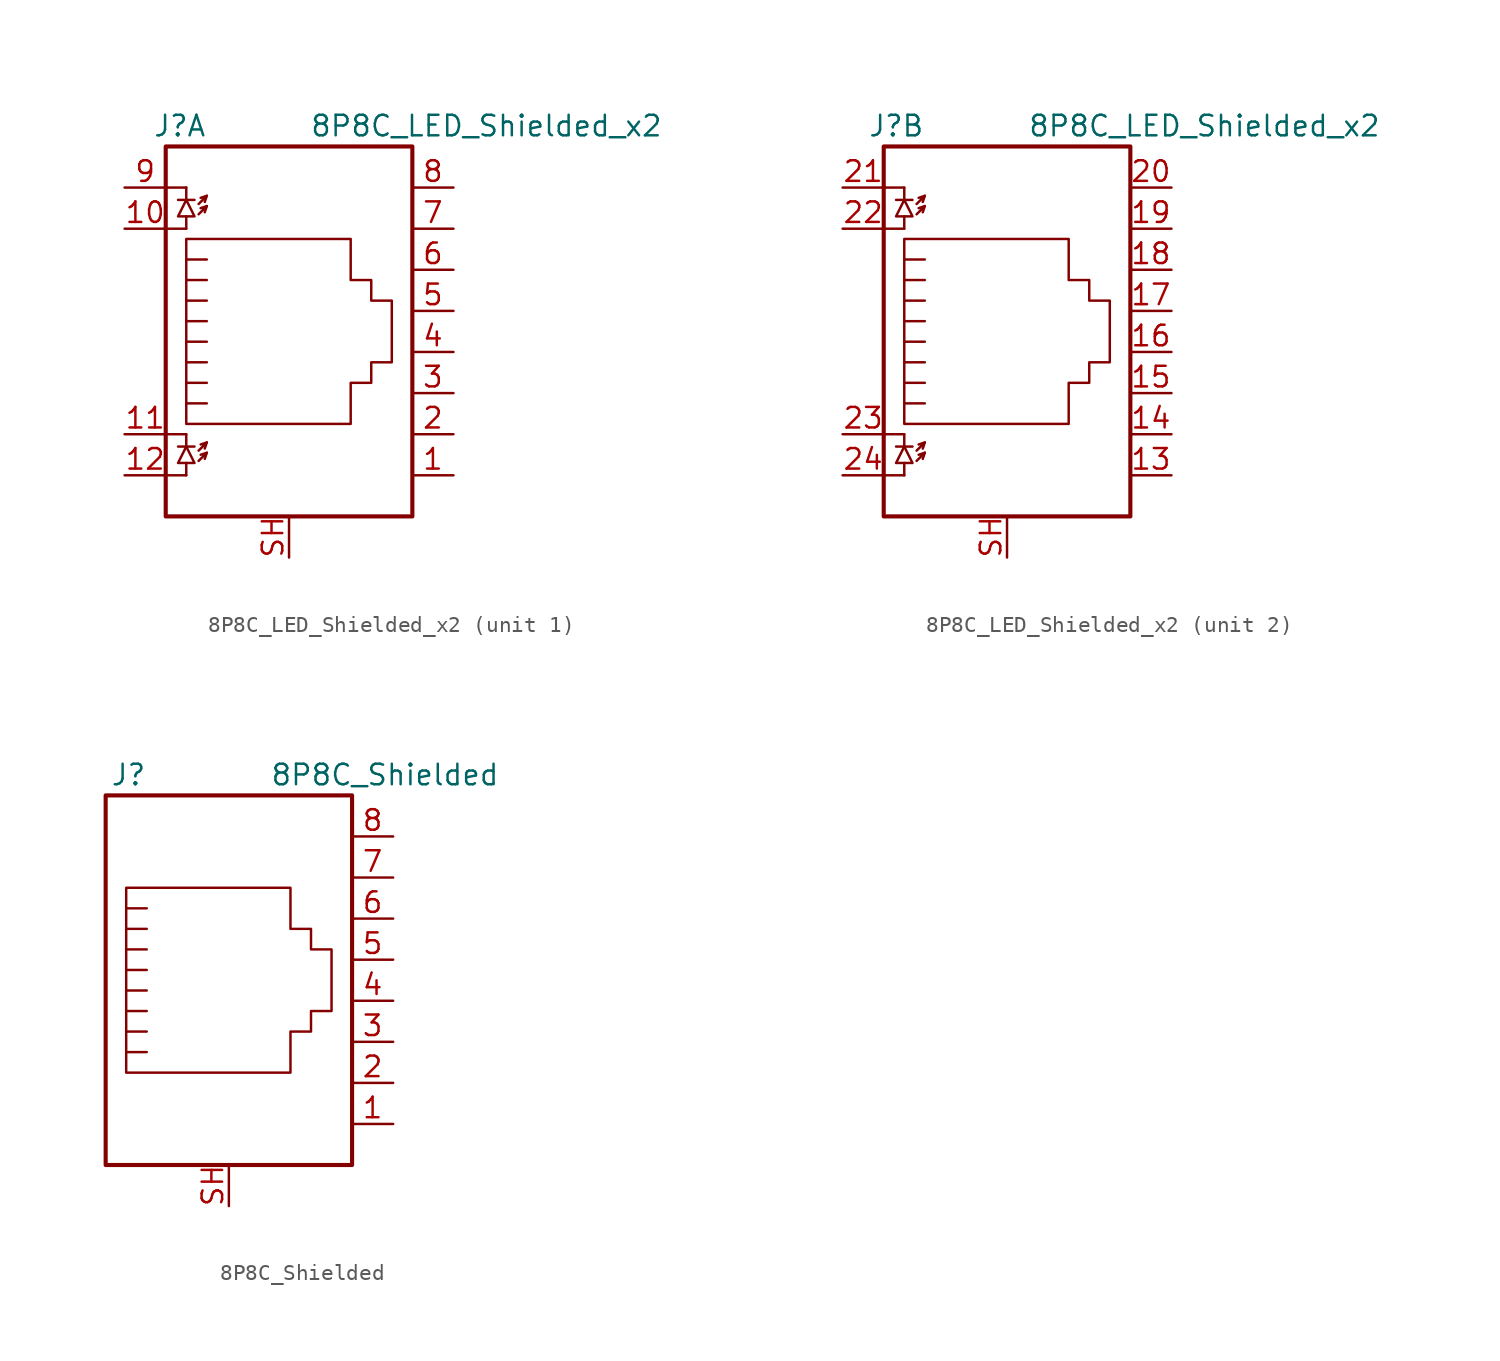
<source format=kicad_sym>
(kicad_symbol_lib
  (version 20211014)
  (generator kicad_symbol_editor)
  (symbol "8P8C_LED_Shielded_x2"
    (property "Reference" "J"
      (at -5.08 13.97 0)
      (effects (font (size 1.27 1.27)) (justify right)))
    (property "Value" "8P8C_LED_Shielded_x2"
      (at 1.27 13.97 0)
      (effects (font (size 1.27 1.27)) (justify left)))
    (symbol "8P8C_LED_Shielded_x2_0_1"
      (polyline (pts (xy -7.62 -7.62) (xy -6.35 -7.62)) (stroke (width 0) (type default) (color 0 0 0 0)) (fill (type none)))
      (polyline (pts (xy -7.62 -5.08) (xy -6.35 -5.08)) (stroke (width 0) (type default) (color 0 0 0 0)) (fill (type none)))
      (polyline (pts (xy -7.62 7.62) (xy -6.35 7.62)) (stroke (width 0) (type default) (color 0 0 0 0)) (fill (type none)))
      (polyline (pts (xy -7.62 10.16) (xy -6.35 10.16)) (stroke (width 0) (type default) (color 0 0 0 0)) (fill (type none)))
      (polyline (pts (xy -6.858 -5.842) (xy -5.842 -5.842)) (stroke (width 0) (type default) (color 0 0 0 0)) (fill (type none)))
      (polyline (pts (xy -6.858 9.398) (xy -5.842 9.398)) (stroke (width 0) (type default) (color 0 0 0 0)) (fill (type none)))
      (polyline (pts (xy -6.35 -7.62) (xy -6.35 -6.858)) (stroke (width 0) (type default) (color 0 0 0 0)) (fill (type none)))
      (polyline (pts (xy -6.35 -5.08) (xy -6.35 -5.842)) (stroke (width 0) (type default) (color 0 0 0 0)) (fill (type none)))
      (polyline (pts (xy -6.35 7.62) (xy -6.35 8.382)) (stroke (width 0) (type default) (color 0 0 0 0)) (fill (type none)))
      (polyline (pts (xy -6.35 10.16) (xy -6.35 9.398)) (stroke (width 0) (type default) (color 0 0 0 0)) (fill (type none)))
      (polyline (pts (xy -5.08 -6.223) (xy -5.207 -6.604)) (stroke (width 0) (type default) (color 0 0 0 0)) (fill (type none)))
      (polyline (pts (xy -5.08 -5.588) (xy -5.207 -5.969)) (stroke (width 0) (type default) (color 0 0 0 0)) (fill (type none)))
      (polyline (pts (xy -5.08 4.445) (xy -6.35 4.445)) (stroke (width 0) (type default) (color 0 0 0 0)) (fill (type none)))
      (polyline (pts (xy -5.08 5.715) (xy -6.35 5.715)) (stroke (width 0) (type default) (color 0 0 0 0)) (fill (type none)))
      (polyline (pts (xy -5.08 9.017) (xy -5.207 8.636)) (stroke (width 0) (type default) (color 0 0 0 0)) (fill (type none)))
      (polyline (pts (xy -5.08 9.652) (xy -5.207 9.271)) (stroke (width 0) (type default) (color 0 0 0 0)) (fill (type none)))
      (polyline (pts (xy -6.35 -3.175) (xy -5.08 -3.175) (xy -5.08 -3.175)) (stroke (width 0) (type default) (color 0 0 0 0)) (fill (type none)))
      (polyline (pts (xy -6.35 -1.905) (xy -5.08 -1.905) (xy -5.08 -1.905)) (stroke (width 0) (type default) (color 0 0 0 0)) (fill (type none)))
      (polyline (pts (xy -6.35 -0.635) (xy -5.08 -0.635) (xy -5.08 -0.635)) (stroke (width 0) (type default) (color 0 0 0 0)) (fill (type none)))
      (polyline (pts (xy -6.35 0.635) (xy -5.08 0.635) (xy -5.08 0.635)) (stroke (width 0) (type default) (color 0 0 0 0)) (fill (type none)))
      (polyline (pts (xy -6.35 1.905) (xy -5.08 1.905) (xy -5.08 1.905)) (stroke (width 0) (type default) (color 0 0 0 0)) (fill (type none)))
      (polyline (pts (xy -5.588 -6.731) (xy -5.08 -6.223) (xy -5.461 -6.35)) (stroke (width 0) (type default) (color 0 0 0 0)) (fill (type none)))
      (polyline (pts (xy -5.588 -6.096) (xy -5.08 -5.588) (xy -5.461 -5.715)) (stroke (width 0) (type default) (color 0 0 0 0)) (fill (type none)))
      (polyline (pts (xy -5.588 8.509) (xy -5.08 9.017) (xy -5.461 8.89)) (stroke (width 0) (type default) (color 0 0 0 0)) (fill (type none)))
      (polyline (pts (xy -5.588 9.144) (xy -5.08 9.652) (xy -5.461 9.525)) (stroke (width 0) (type default) (color 0 0 0 0)) (fill (type none)))
      (polyline (pts (xy -5.08 3.175) (xy -6.35 3.175) (xy -6.35 3.175)) (stroke (width 0) (type default) (color 0 0 0 0)) (fill (type none)))
      (polyline (pts (xy -6.35 -5.842) (xy -6.858 -6.858) (xy -5.842 -6.858) (xy -6.35 -5.842)) (stroke (width 0) (type default) (color 0 0 0 0)) (fill (type none)))
      (polyline (pts (xy -6.35 9.398) (xy -6.858 8.382) (xy -5.842 8.382) (xy -6.35 9.398)) (stroke (width 0) (type default) (color 0 0 0 0)) (fill (type none)))
      (polyline (pts (xy -6.35 -4.445) (xy -6.35 6.985) (xy 3.81 6.985) (xy 3.81 4.445) (xy 5.08 4.445) (xy 5.08 3.175) (xy 6.35 3.175) (xy 6.35 -0.635) (xy 5.08 -0.635) (xy 5.08 -1.905) (xy 3.81 -1.905) (xy 3.81 -4.445) (xy -6.35 -4.445) (xy -6.35 -4.445)) (stroke (width 0) (type default) (color 0 0 0 0)) (fill (type none)))
      (rectangle (start 7.62 12.7) (end -7.62 -10.16) (stroke (width 0.254) (type default) (color 0 0 0 0)) (fill (type none))))
    (symbol "8P8C_LED_Shielded_x2_1_1"
      (pin passive line (at 10.16 -7.62 180) (length 2.54) (name "~" (effects (font (size 1.27 1.27)))) (number "1" (effects (font (size 1.27 1.27)))))
      (pin passive line (at -10.16 7.62 0) (length 2.54) (name "~" (effects (font (size 1.27 1.27)))) (number "10" (effects (font (size 1.27 1.27)))))
      (pin passive line (at -10.16 -5.08 0) (length 2.54) (name "~" (effects (font (size 1.27 1.27)))) (number "11" (effects (font (size 1.27 1.27)))))
      (pin passive line (at -10.16 -7.62 0) (length 2.54) (name "~" (effects (font (size 1.27 1.27)))) (number "12" (effects (font (size 1.27 1.27)))))
      (pin passive line (at 10.16 -5.08 180) (length 2.54) (name "~" (effects (font (size 1.27 1.27)))) (number "2" (effects (font (size 1.27 1.27)))))
      (pin passive line (at 10.16 -2.54 180) (length 2.54) (name "~" (effects (font (size 1.27 1.27)))) (number "3" (effects (font (size 1.27 1.27)))))
      (pin passive line (at 10.16 0 180) (length 2.54) (name "~" (effects (font (size 1.27 1.27)))) (number "4" (effects (font (size 1.27 1.27)))))
      (pin passive line (at 10.16 2.54 180) (length 2.54) (name "~" (effects (font (size 1.27 1.27)))) (number "5" (effects (font (size 1.27 1.27)))))
      (pin passive line (at 10.16 5.08 180) (length 2.54) (name "~" (effects (font (size 1.27 1.27)))) (number "6" (effects (font (size 1.27 1.27)))))
      (pin passive line (at 10.16 7.62 180) (length 2.54) (name "~" (effects (font (size 1.27 1.27)))) (number "7" (effects (font (size 1.27 1.27)))))
      (pin passive line (at 10.16 10.16 180) (length 2.54) (name "~" (effects (font (size 1.27 1.27)))) (number "8" (effects (font (size 1.27 1.27)))))
      (pin passive line (at -10.16 10.16 0) (length 2.54) (name "~" (effects (font (size 1.27 1.27)))) (number "9" (effects (font (size 1.27 1.27)))))
      (pin passive line (at 0 -12.7 90) (length 2.54) (name "~" (effects (font (size 1.27 1.27)))) (number "SH" (effects (font (size 1.27 1.27))))))
    (symbol "8P8C_LED_Shielded_x2_2_1"
      (pin passive line (at 10.16 -7.62 180) (length 2.54) (name "~" (effects (font (size 1.27 1.27)))) (number "13" (effects (font (size 1.27 1.27)))))
      (pin passive line (at 10.16 -5.08 180) (length 2.54) (name "~" (effects (font (size 1.27 1.27)))) (number "14" (effects (font (size 1.27 1.27)))))
      (pin passive line (at 10.16 -2.54 180) (length 2.54) (name "~" (effects (font (size 1.27 1.27)))) (number "15" (effects (font (size 1.27 1.27)))))
      (pin passive line (at 10.16 0 180) (length 2.54) (name "~" (effects (font (size 1.27 1.27)))) (number "16" (effects (font (size 1.27 1.27)))))
      (pin passive line (at 10.16 2.54 180) (length 2.54) (name "~" (effects (font (size 1.27 1.27)))) (number "17" (effects (font (size 1.27 1.27)))))
      (pin passive line (at 10.16 5.08 180) (length 2.54) (name "~" (effects (font (size 1.27 1.27)))) (number "18" (effects (font (size 1.27 1.27)))))
      (pin passive line (at 10.16 7.62 180) (length 2.54) (name "~" (effects (font (size 1.27 1.27)))) (number "19" (effects (font (size 1.27 1.27)))))
      (pin passive line (at 10.16 10.16 180) (length 2.54) (name "~" (effects (font (size 1.27 1.27)))) (number "20" (effects (font (size 1.27 1.27)))))
      (pin passive line (at -10.16 10.16 0) (length 2.54) (name "~" (effects (font (size 1.27 1.27)))) (number "21" (effects (font (size 1.27 1.27)))))
      (pin passive line (at -10.16 7.62 0) (length 2.54) (name "~" (effects (font (size 1.27 1.27)))) (number "22" (effects (font (size 1.27 1.27)))))
      (pin passive line (at -10.16 -5.08 0) (length 2.54) (name "~" (effects (font (size 1.27 1.27)))) (number "23" (effects (font (size 1.27 1.27)))))
      (pin passive line (at -10.16 -7.62 0) (length 2.54) (name "~" (effects (font (size 1.27 1.27)))) (number "24" (effects (font (size 1.27 1.27)))))
      (pin passive line (at 0 -12.7 90) (length 2.54) (name "~" (effects (font (size 1.27 1.27)))) (number "SH" (effects (font (size 1.27 1.27)))))))
  (symbol "8P8C_Shielded"
    (pin_names
      (offset 1.016))
    (property "Reference" "J"
      (at -5.08 13.97 0)
      (effects (font (size 1.27 1.27)) (justify right)))
    (property "Value" "8P8C_Shielded"
      (at 2.54 13.97 0)
      (effects (font (size 1.27 1.27)) (justify left)))
    (symbol "8P8C_Shielded_0_1"
      (polyline (pts (xy -5.08 4.445) (xy -6.35 4.445)) (stroke (width 0) (type default) (color 0 0 0 0)) (fill (type none)))
      (polyline (pts (xy -5.08 5.715) (xy -6.35 5.715)) (stroke (width 0) (type default) (color 0 0 0 0)) (fill (type none)))
      (polyline (pts (xy -6.35 -3.175) (xy -5.08 -3.175) (xy -5.08 -3.175)) (stroke (width 0) (type default) (color 0 0 0 0)) (fill (type none)))
      (polyline (pts (xy -6.35 -1.905) (xy -5.08 -1.905) (xy -5.08 -1.905)) (stroke (width 0) (type default) (color 0 0 0 0)) (fill (type none)))
      (polyline (pts (xy -6.35 -0.635) (xy -5.08 -0.635) (xy -5.08 -0.635)) (stroke (width 0) (type default) (color 0 0 0 0)) (fill (type none)))
      (polyline (pts (xy -6.35 0.635) (xy -5.08 0.635) (xy -5.08 0.635)) (stroke (width 0) (type default) (color 0 0 0 0)) (fill (type none)))
      (polyline (pts (xy -6.35 1.905) (xy -5.08 1.905) (xy -5.08 1.905)) (stroke (width 0) (type default) (color 0 0 0 0)) (fill (type none)))
      (polyline (pts (xy -5.08 3.175) (xy -6.35 3.175) (xy -6.35 3.175)) (stroke (width 0) (type default) (color 0 0 0 0)) (fill (type none)))
      (polyline (pts (xy -6.35 -4.445) (xy -6.35 6.985) (xy 3.81 6.985) (xy 3.81 4.445) (xy 5.08 4.445) (xy 5.08 3.175) (xy 6.35 3.175) (xy 6.35 -0.635) (xy 5.08 -0.635) (xy 5.08 -1.905) (xy 3.81 -1.905) (xy 3.81 -4.445) (xy -6.35 -4.445) (xy -6.35 -4.445)) (stroke (width 0) (type default) (color 0 0 0 0)) (fill (type none)))
      (rectangle (start 7.62 12.7) (end -7.62 -10.16) (stroke (width 0.254) (type default) (color 0 0 0 0)) (fill (type none))))
    (symbol "8P8C_Shielded_1_1"
      (pin passive line (at 10.16 -7.62 180) (length 2.54) (name "~" (effects (font (size 1.27 1.27)))) (number "1" (effects (font (size 1.27 1.27)))))
      (pin passive line (at 10.16 -5.08 180) (length 2.54) (name "~" (effects (font (size 1.27 1.27)))) (number "2" (effects (font (size 1.27 1.27)))))
      (pin passive line (at 10.16 -2.54 180) (length 2.54) (name "~" (effects (font (size 1.27 1.27)))) (number "3" (effects (font (size 1.27 1.27)))))
      (pin passive line (at 10.16 0 180) (length 2.54) (name "~" (effects (font (size 1.27 1.27)))) (number "4" (effects (font (size 1.27 1.27)))))
      (pin passive line (at 10.16 2.54 180) (length 2.54) (name "~" (effects (font (size 1.27 1.27)))) (number "5" (effects (font (size 1.27 1.27)))))
      (pin passive line (at 10.16 5.08 180) (length 2.54) (name "~" (effects (font (size 1.27 1.27)))) (number "6" (effects (font (size 1.27 1.27)))))
      (pin passive line (at 10.16 7.62 180) (length 2.54) (name "~" (effects (font (size 1.27 1.27)))) (number "7" (effects (font (size 1.27 1.27)))))
      (pin passive line (at 10.16 10.16 180) (length 2.54) (name "~" (effects (font (size 1.27 1.27)))) (number "8" (effects (font (size 1.27 1.27)))))
      (pin passive line (at 0 -12.7 90) (length 2.54) (name "~" (effects (font (size 1.27 1.27)))) (number "SH" (effects (font (size 1.27 1.27))))))))
</source>
